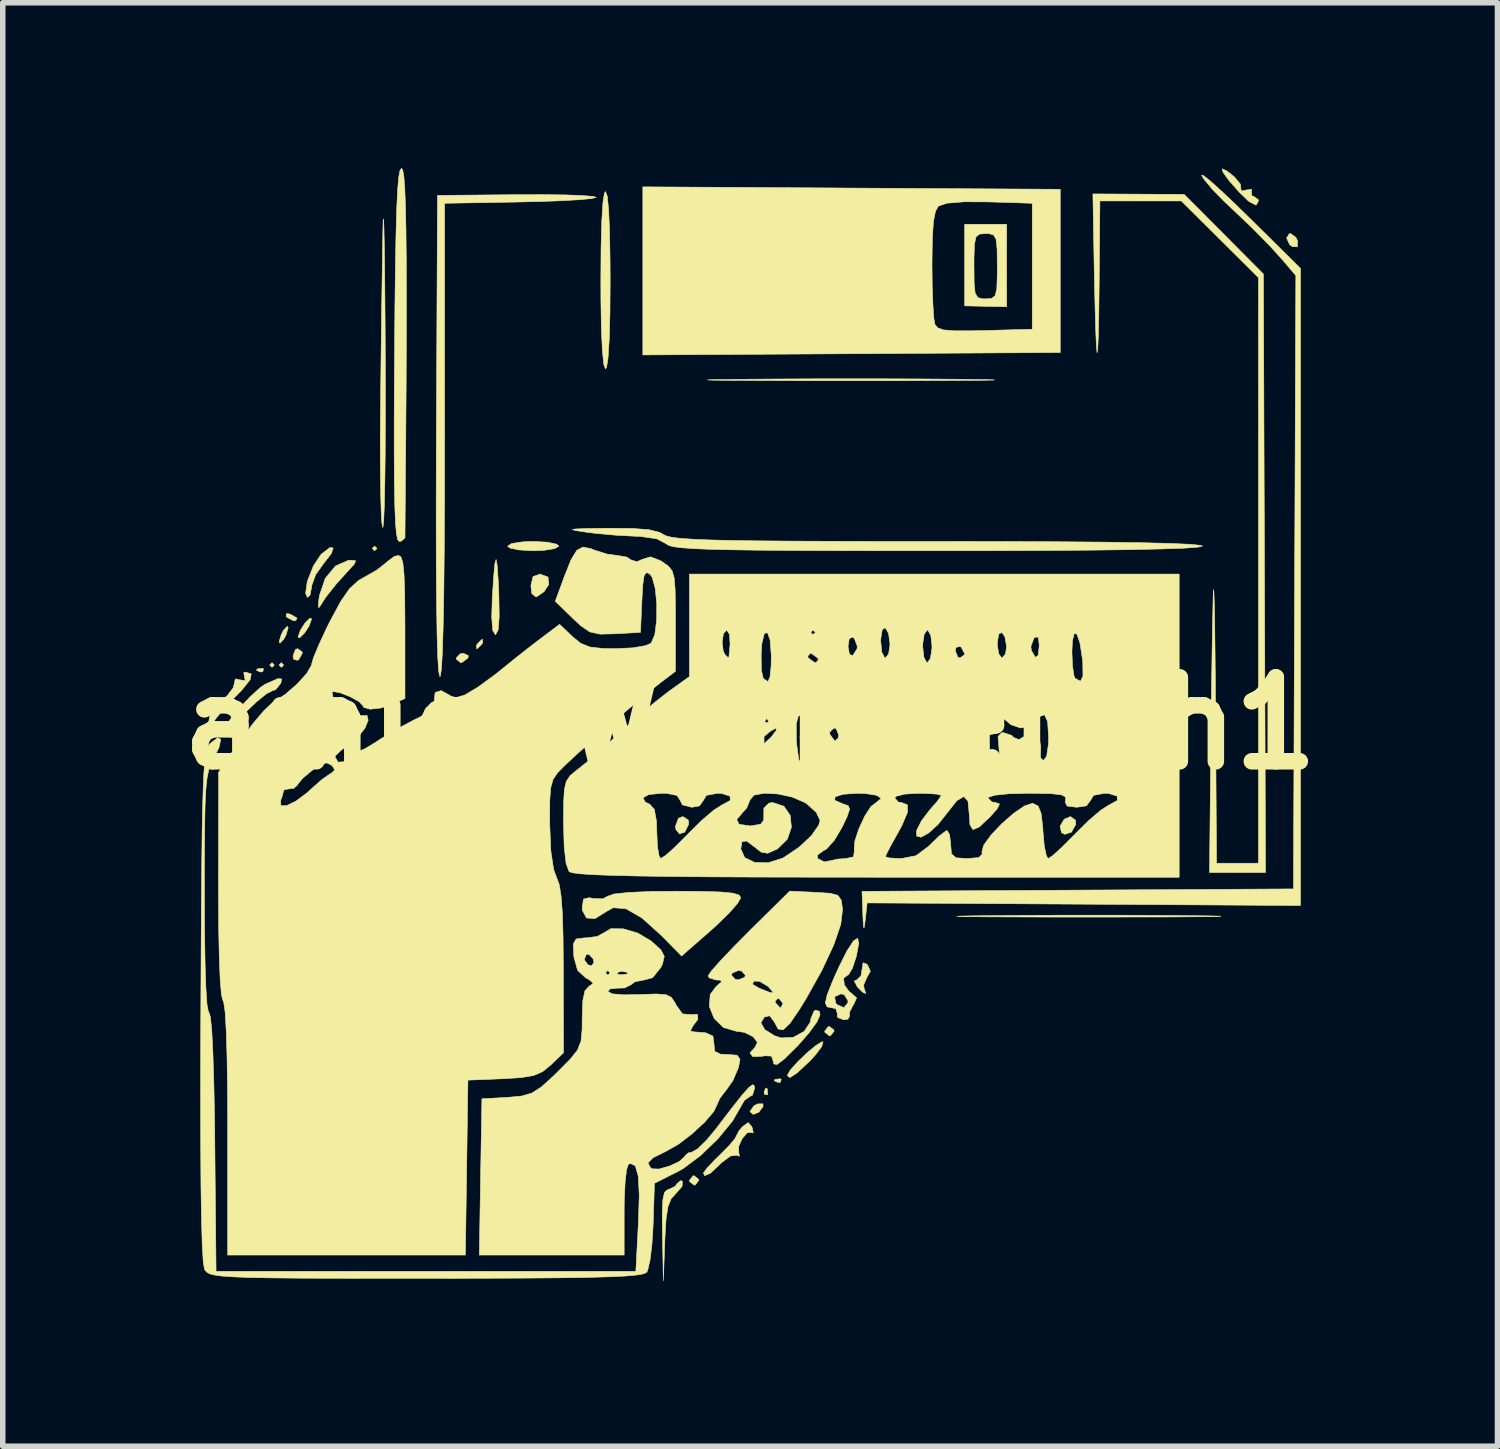
<source format=kicad_pcb>
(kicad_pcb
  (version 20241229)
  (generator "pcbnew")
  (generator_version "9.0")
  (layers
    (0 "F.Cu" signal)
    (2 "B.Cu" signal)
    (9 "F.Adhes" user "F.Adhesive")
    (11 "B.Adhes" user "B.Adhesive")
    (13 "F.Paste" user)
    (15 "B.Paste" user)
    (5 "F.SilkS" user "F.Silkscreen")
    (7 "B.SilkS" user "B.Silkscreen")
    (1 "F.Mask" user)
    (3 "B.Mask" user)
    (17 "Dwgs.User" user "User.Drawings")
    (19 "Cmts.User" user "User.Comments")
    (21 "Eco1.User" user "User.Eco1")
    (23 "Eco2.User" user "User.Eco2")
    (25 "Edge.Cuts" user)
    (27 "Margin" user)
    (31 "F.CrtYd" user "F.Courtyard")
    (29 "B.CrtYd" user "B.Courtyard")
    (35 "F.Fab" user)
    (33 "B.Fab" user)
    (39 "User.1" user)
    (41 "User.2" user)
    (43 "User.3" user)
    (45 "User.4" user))
  (footprint "amigaWorkBench1"
    (layer "F.Cu")
    (at 10.566 10.08)
    (property "Reference" "amigaWorkBench1" (at 0 0 0) (layer "F.SilkS") (effects (font (size 1.524 1.524) (thickness 0.3))))
    (attr exclude_from_pos_files exclude_from_bom)
    (fp_poly (pts (xy -8.636 -1.058) (xy -8.678 -1.016) (xy -8.721 -1.058) (xy -8.678 -1.101) (xy -8.636 -1.058)) (stroke (width 0.01) (type solid)) (fill yes) (layer "F.SilkS"))
    (fp_poly (pts (xy -8.467 -1.058) (xy -8.509 -1.016) (xy -8.551 -1.058) (xy -8.509 -1.101) (xy -8.467 -1.058)) (stroke (width 0.01) (type solid)) (fill yes) (layer "F.SilkS"))
    (fp_poly (pts (xy -6.773 -3.175) (xy -6.816 -3.133) (xy -6.858 -3.175) (xy -6.816 -3.217) (xy -6.773 -3.175)) (stroke (width 0.01) (type solid)) (fill yes) (layer "F.SilkS"))
    (fp_poly (pts (xy -8.834 -0.988) (xy -8.845 -0.937) (xy -8.89 -0.931) (xy -8.96 -0.962) (xy -8.946 -0.988) (xy -8.846 -0.998) (xy -8.834 -0.988)) (stroke (width 0.01) (type solid)) (fill yes) (layer "F.SilkS"))
    (fp_poly (pts (xy 0.31 6.632) (xy 0.321 6.733) (xy 0.31 6.745) (xy 0.26 6.733) (xy 0.254 6.689) (xy 0.285 6.619) (xy 0.31 6.632)) (stroke (width 0.01) (type solid)) (fill yes) (layer "F.SilkS"))
    (fp_poly (pts (xy 0.564 6.463) (xy 0.553 6.513) (xy 0.508 6.519) (xy 0.438 6.488) (xy 0.452 6.463) (xy 0.552 6.453) (xy 0.564 6.463)) (stroke (width 0.01) (type solid)) (fill yes) (layer "F.SilkS"))
    (fp_poly (pts (xy -8.344 -1.98) (xy -8.225 -1.911) (xy -8.245 -1.867) (xy -8.292 -1.863) (xy -8.407 -1.924) (xy -8.424 -1.946) (xy -8.41 -1.994) (xy -8.344 -1.98)) (stroke (width 0.01) (type solid)) (fill yes) (layer "F.SilkS"))
    (fp_poly (pts (xy -8.385 -1.736) (xy -8.427 -1.597) (xy -8.467 -1.524) (xy -8.534 -1.456) (xy -8.549 -1.482) (xy -8.507 -1.621) (xy -8.467 -1.693) (xy -8.4 -1.761) (xy -8.385 -1.736)) (stroke (width 0.01) (type solid)) (fill yes) (layer "F.SilkS"))
    (fp_poly (pts (xy -8.13 -1.294) (xy -8.128 -1.275) (xy -8.19 -1.16) (xy -8.213 -1.143) (xy -8.285 -1.162) (xy -8.297 -1.223) (xy -8.253 -1.339) (xy -8.213 -1.355) (xy -8.13 -1.294)) (stroke (width 0.01) (type solid)) (fill yes) (layer "F.SilkS"))
    (fp_poly (pts (xy -7.959 -1.895) (xy -8.005 -1.767) (xy -8.083 -1.646) (xy -8.175 -1.552) (xy -8.207 -1.566) (xy -8.16 -1.694) (xy -8.083 -1.815) (xy -7.991 -1.909) (xy -7.959 -1.895)) (stroke (width 0.01) (type solid)) (fill yes) (layer "F.SilkS"))
    (fp_poly (pts (xy -5.114 -1.229) (xy -5.122 -1.185) (xy -5.231 -1.104) (xy -5.254 -1.101) (xy -5.332 -1.165) (xy -5.334 -1.185) (xy -5.265 -1.26) (xy -5.202 -1.27) (xy -5.114 -1.229)) (stroke (width 0.01) (type solid)) (fill yes) (layer "F.SilkS"))
    (fp_poly (pts (xy -4.853 -1.469) (xy -4.868 -1.439) (xy -4.948 -1.358) (xy -4.963 -1.355) (xy -4.969 -1.409) (xy -4.953 -1.439) (xy -4.873 -1.52) (xy -4.858 -1.524) (xy -4.853 -1.469)) (stroke (width 0.01) (type solid)) (fill yes) (layer "F.SilkS"))
    (fp_poly (pts (xy -3.669 -2.655) (xy -3.653 -2.523) (xy -3.742 -2.388) (xy -3.884 -2.292) (xy -3.962 -2.354) (xy -3.979 -2.498) (xy -3.94 -2.664) (xy -3.81 -2.709) (xy -3.669 -2.655)) (stroke (width 0.01) (type solid)) (fill yes) (layer "F.SilkS"))
    (fp_poly (pts (xy -1.12 1.757) (xy -1.116 1.834) (xy -1.186 1.976) (xy -1.284 2.007) (xy -1.35 1.92) (xy -1.355 1.87) (xy -1.301 1.724) (xy -1.221 1.693) (xy -1.12 1.757)) (stroke (width 0.01) (type solid)) (fill yes) (layer "F.SilkS"))
    (fp_poly (pts (xy -0.934 8.277) (xy -0.931 8.297) (xy -0.996 8.38) (xy -1.016 8.382) (xy -1.098 8.318) (xy -1.101 8.297) (xy -1.036 8.215) (xy -1.016 8.213) (xy -0.934 8.277)) (stroke (width 0.01) (type solid)) (fill yes) (layer "F.SilkS"))
    (fp_poly (pts (xy 0.235 6.958) (xy 0.157 7.06) (xy 0.055 7.099) (xy 0.000215 7.05) (xy 0 7.043) (xy 0.068 6.946) (xy 0.134 6.909) (xy 0.233 6.907) (xy 0.235 6.958)) (stroke (width 0.01) (type solid)) (fill yes) (layer "F.SilkS"))
    (fp_poly (pts (xy 1.522 5.568) (xy 1.524 5.588) (xy 1.46 5.67) (xy 1.439 5.673) (xy 1.357 5.608) (xy 1.355 5.588) (xy 1.419 5.506) (xy 1.439 5.503) (xy 1.522 5.568)) (stroke (width 0.01) (type solid)) (fill yes) (layer "F.SilkS"))
    (fp_poly (pts (xy 5.908 1.759) (xy 5.912 1.834) (xy 5.833 1.976) (xy 5.711 2.015) (xy 5.652 1.983) (xy 5.628 1.864) (xy 5.703 1.741) (xy 5.815 1.693) (xy 5.908 1.759)) (stroke (width 0.01) (type solid)) (fill yes) (layer "F.SilkS"))
    (fp_poly (pts (xy 9.905 -8.823) (xy 9.937 -8.763) (xy 9.935 -8.65) (xy 9.843 -8.653) (xy 9.793 -8.692) (xy 9.739 -8.809) (xy 9.788 -8.887) (xy 9.812 -8.89) (xy 9.905 -8.823)) (stroke (width 0.01) (type solid)) (fill yes) (layer "F.SilkS"))
    (fp_poly (pts (xy -3.682 -3.288) (xy -3.513 -3.252) (xy -3.471 -3.217) (xy -3.548 -3.171) (xy -3.745 -3.14) (xy -3.937 -3.133) (xy -4.192 -3.147) (xy -4.361 -3.182) (xy -4.403 -3.217) (xy -4.326 -3.264) (xy -4.129 -3.294) (xy -3.937 -3.302) (xy -3.682 -3.288)) (stroke (width 0.01) (type solid)) (fill yes) (layer "F.SilkS"))
    (fp_poly (pts (xy -4.592 -2.874) (xy -4.573 -2.608) (xy -4.561 -2.349) (xy -4.554 -1.941) (xy -4.573 -1.696) (xy -4.619 -1.609) (xy -4.623 -1.608) (xy -4.672 -1.687) (xy -4.69 -1.924) (xy -4.68 -2.265) (xy -4.654 -2.67) (xy -4.632 -2.906) (xy -4.611 -2.974) (xy -4.592 -2.874)) (stroke (width 0.01) (type solid)) (fill yes) (layer "F.SilkS"))
    (fp_poly (pts (xy 1.324 5.783) (xy 1.301 5.867) (xy 1.182 6.024) (xy 1.078 6.136) (xy 0.853 6.346) (xy 0.723 6.431) (xy 0.678 6.396) (xy 0.677 6.388) (xy 0.732 6.293) (xy 0.866 6.143) (xy 1.035 5.981) (xy 1.197 5.847) (xy 1.306 5.781) (xy 1.324 5.783)) (stroke (width 0.01) (type solid)) (fill yes) (layer "F.SilkS"))
    (fp_poly (pts (xy -7.161 -2.952) (xy -7.181 -2.894) (xy -7.26 -2.809) (xy -7.505 -2.538) (xy -7.701 -2.292) (xy -7.814 -2.116) (xy -7.818 -2.108) (xy -7.838 -2.105) (xy -7.829 -2.237) (xy -7.816 -2.325) (xy -7.711 -2.633) (xy -7.524 -2.857) (xy -7.292 -2.959) (xy -7.26 -2.961) (xy -7.161 -2.952)) (stroke (width 0.01) (type solid)) (fill yes) (layer "F.SilkS"))
    (fp_poly (pts (xy 2.122 4.374) (xy 2.13 4.382) (xy 2.183 4.5) (xy 2.123 4.607) (xy 2.06 4.752) (xy 2.072 4.822) (xy 2.102 4.905) (xy 2.044 4.882) (xy 1.947 4.784) (xy 1.891 4.678) (xy 1.937 4.657) (xy 2.012 4.585) (xy 2.032 4.47) (xy 2.051 4.347) (xy 2.122 4.374)) (stroke (width 0.01) (type solid)) (fill yes) (layer "F.SilkS"))
    (fp_poly (pts (xy -7.567 -3.182) (xy -7.605 -3.077) (xy -7.738 -2.906) (xy -7.885 -2.7) (xy -7.957 -2.503) (xy -7.959 -2.477) (xy -7.988 -2.328) (xy -8.037 -2.286) (xy -8.068 -2.358) (xy -8.042 -2.549) (xy -8.028 -2.603) (xy -7.927 -2.857) (xy -7.793 -3.059) (xy -7.775 -3.078) (xy -7.626 -3.191) (xy -7.567 -3.182)) (stroke (width 0.01) (type solid)) (fill yes) (layer "F.SilkS"))
    (fp_poly (pts (xy -8.503 -0.805) (xy -8.518 -0.727) (xy -8.614 -0.61) (xy -8.67 -0.593) (xy -8.781 -0.536) (xy -8.96 -0.39) (xy -9.102 -0.254) (xy -9.331 -0.036) (xy -9.471 0.067) (xy -9.511 0.056) (xy -9.441 -0.066) (xy -9.261 -0.285) (xy -9.06 -0.496) (xy -8.887 -0.653) (xy -8.805 -0.708) (xy -8.624 -0.788) (xy -8.572 -0.811) (xy -8.503 -0.805)) (stroke (width 0.01) (type solid)) (fill yes) (layer "F.SilkS"))
    (fp_poly (pts (xy -1.227 8.316) (xy -1.235 8.407) (xy -1.341 8.528) (xy -1.432 8.628) (xy -1.49 8.771) (xy -1.525 8.996) (xy -1.546 9.345) (xy -1.548 9.398) (xy -1.574 10.118) (xy -1.591 9.292) (xy -1.595 8.901) (xy -1.584 8.651) (xy -1.554 8.516) (xy -1.503 8.468) (xy -1.489 8.467) (xy -1.356 8.403) (xy -1.331 8.361) (xy -1.26 8.3) (xy -1.227 8.316)) (stroke (width 0.01) (type solid)) (fill yes) (layer "F.SilkS"))
    (fp_poly (pts (xy 8.662 -10.022) (xy 8.791 -9.919) (xy 8.902 -9.785) (xy 8.91 -9.693) (xy 8.921 -9.661) (xy 9 -9.68) (xy 9.104 -9.693) (xy 9.101 -9.651) (xy 9.109 -9.574) (xy 9.139 -9.567) (xy 9.225 -9.506) (xy 9.229 -9.483) (xy 9.185 -9.406) (xy 9.055 -9.473) (xy 8.886 -9.635) (xy 8.689 -9.858) (xy 8.583 -10.007) (xy 8.572 -10.066) (xy 8.662 -10.022)) (stroke (width 0.01) (type solid)) (fill yes) (layer "F.SilkS"))
    (fp_poly (pts (xy -2.593 -9.569) (xy -2.568 -9.328) (xy -2.551 -8.938) (xy -2.542 -8.411) (xy -2.54 -8.043) (xy -2.544 -7.441) (xy -2.557 -6.969) (xy -2.578 -6.64) (xy -2.605 -6.463) (xy -2.625 -6.435) (xy -2.656 -6.518) (xy -2.681 -6.759) (xy -2.699 -7.149) (xy -2.708 -7.676) (xy -2.709 -8.043) (xy -2.705 -8.646) (xy -2.692 -9.117) (xy -2.672 -9.447) (xy -2.644 -9.623) (xy -2.625 -9.652) (xy -2.593 -9.569)) (stroke (width 0.01) (type solid)) (fill yes) (layer "F.SilkS"))
    (fp_poly (pts (xy 6.614 3.483) (xy 7.426 3.486) (xy 8.113 3.493) (xy 8.411 3.497) (xy 8.547 3.502) (xy 8.528 3.506) (xy 8.362 3.509) (xy 8.056 3.512) (xy 7.616 3.515) (xy 7.05 3.516) (xy 6.366 3.517) (xy 6.138 3.517) (xy 5.422 3.517) (xy 4.823 3.515) (xy 4.35 3.513) (xy 4.009 3.51) (xy 3.806 3.507) (xy 3.75 3.503) (xy 3.847 3.499) (xy 4.104 3.494) (xy 4.218 3.493) (xy 4.944 3.486) (xy 5.765 3.483) (xy 6.614 3.483)) (stroke (width 0.01) (type solid)) (fill yes) (layer "F.SilkS"))
    (fp_poly (pts (xy 3.082 -6.251) (xy 3.845 -6.245) (xy 3.964 -6.244) (xy 4.279 -6.24) (xy 4.431 -6.235) (xy 4.428 -6.231) (xy 4.277 -6.228) (xy 3.984 -6.225) (xy 3.556 -6.223) (xy 3.001 -6.221) (xy 2.325 -6.22) (xy 1.82 -6.22) (xy 1.071 -6.22) (xy 0.439 -6.222) (xy -0.068 -6.224) (xy -0.445 -6.226) (xy -0.683 -6.229) (xy -0.777 -6.233) (xy -0.719 -6.237) (xy -0.504 -6.241) (xy -0.269 -6.244) (xy 0.485 -6.25) (xy 1.337 -6.254) (xy 2.224 -6.254) (xy 3.082 -6.251)) (stroke (width 0.01) (type solid)) (fill yes) (layer "F.SilkS"))
    (fp_poly (pts (xy -9.055 -0.897) (xy -9.076 -0.79) (xy -9.23 -0.599) (xy -9.349 -0.479) (xy -9.554 -0.264) (xy -9.707 -0.074) (xy -9.763 0.021) (xy -9.858 0.146) (xy -9.925 0.168) (xy -9.986 0.149) (xy -9.919 0.094) (xy -9.826 -0.039) (xy -9.792 -0.192) (xy -9.763 -0.339) (xy -9.719 -0.37) (xy -9.619 -0.393) (xy -9.489 -0.504) (xy -9.383 -0.644) (xy -9.353 -0.756) (xy -9.357 -0.764) (xy -9.339 -0.807) (xy -9.262 -0.789) (xy -9.162 -0.775) (xy -9.177 -0.832) (xy -9.191 -0.921) (xy -9.163 -0.931) (xy -9.055 -0.897)) (stroke (width 0.01) (type solid)) (fill yes) (layer "F.SilkS"))
    (fp_poly (pts (xy 0.029 7.32) (xy 0.039 7.344) (xy 0.058 7.436) (xy 0.033 7.427) (xy -0.051 7.432) (xy -0.144 7.538) (xy -0.208 7.681) (xy -0.204 7.801) (xy -0.203 7.803) (xy -0.194 7.86) (xy -0.241 7.84) (xy -0.358 7.855) (xy -0.518 7.975) (xy -0.539 7.996) (xy -0.72 8.167) (xy -0.825 8.211) (xy -0.847 8.165) (xy -0.79 8.084) (xy -0.647 7.931) (xy -0.55 7.837) (xy -0.377 7.662) (xy -0.27 7.533) (xy -0.254 7.498) (xy -0.201 7.396) (xy -0.135 7.32) (xy -0.033 7.247) (xy 0.029 7.32)) (stroke (width 0.01) (type solid)) (fill yes) (layer "F.SilkS"))
    (fp_poly (pts (xy 8.35 -9.848) (xy 8.561 -9.658) (xy 8.838 -9.395) (xy 9.05 -9.188) (xy 9.991 -8.258) (xy 9.991 3.307) (xy 2.124 3.26) (xy 2.092 3.556) (xy 2.073 3.705) (xy 2.06 3.704) (xy 2.05 3.545) (xy 2.046 3.451) (xy 2.032 3.05) (xy 5.948 3.028) (xy 9.864 3.006) (xy 9.885 -2.561) (xy 9.907 -8.128) (xy 9.674 -8.402) (xy 9.424 -8.679) (xy 9.11 -8.997) (xy 8.703 -9.384) (xy 8.6 -9.48) (xy 8.397 -9.687) (xy 8.24 -9.877) (xy 8.196 -9.946) (xy 8.222 -9.949) (xy 8.35 -9.848)) (stroke (width 0.01) (type solid)) (fill yes) (layer "F.SilkS"))
    (fp_poly (pts (xy 4.657 -7.561) (xy 3.895 -7.578) (xy 3.895 -8.297) (xy 4.064 -8.297) (xy 4.067 -7.988) (xy 4.085 -7.81) (xy 4.132 -7.729) (xy 4.219 -7.706) (xy 4.276 -7.705) (xy 4.386 -7.713) (xy 4.45 -7.764) (xy 4.479 -7.894) (xy 4.487 -8.139) (xy 4.487 -8.297) (xy 4.484 -8.607) (xy 4.466 -8.784) (xy 4.42 -8.866) (xy 4.332 -8.889) (xy 4.276 -8.89) (xy 4.165 -8.881) (xy 4.102 -8.831) (xy 4.073 -8.701) (xy 4.064 -8.455) (xy 4.064 -8.297) (xy 3.895 -8.297) (xy 3.895 -9.059) (xy 4.657 -9.059) (xy 4.657 -7.561)) (stroke (width 0.01) (type solid)) (fill yes) (layer "F.SilkS"))
    (fp_poly (pts (xy -6.647 -9.014) (xy -6.641 -8.738) (xy -6.635 -8.335) (xy -6.63 -7.816) (xy -6.625 -7.191) (xy -6.623 -6.837) (xy -6.62 -6.11) (xy -6.621 -5.439) (xy -6.624 -4.843) (xy -6.631 -4.338) (xy -6.64 -3.944) (xy -6.651 -3.679) (xy -6.664 -3.56) (xy -6.668 -3.556) (xy -6.684 -3.637) (xy -6.697 -3.864) (xy -6.707 -4.216) (xy -6.712 -4.67) (xy -6.713 -5.202) (xy -6.709 -5.694) (xy -6.702 -6.36) (xy -6.694 -7.045) (xy -6.685 -7.706) (xy -6.676 -8.302) (xy -6.668 -8.79) (xy -6.665 -8.975) (xy -6.659 -9.143) (xy -6.653 -9.153) (xy -6.647 -9.014)) (stroke (width 0.01) (type solid)) (fill yes) (layer "F.SilkS"))
    (fp_poly (pts (xy -0.866 3.051) (xy -0.528 3.062) (xy -0.315 3.083) (xy -0.203 3.116) (xy -0.169 3.163) (xy -0.169 3.165) (xy -0.229 3.271) (xy -0.389 3.452) (xy -0.619 3.675) (xy -0.706 3.753) (xy -1.244 4.224) (xy -1.608 3.853) (xy -1.963 3.533) (xy -2.253 3.366) (xy -2.485 3.347) (xy -2.612 3.418) (xy -2.814 3.544) (xy -2.969 3.534) (xy -3.045 3.395) (xy -3.048 3.343) (xy -3.024 3.191) (xy -2.92 3.165) (xy -2.846 3.18) (xy -2.671 3.186) (xy -2.587 3.14) (xy -2.475 3.099) (xy -2.206 3.07) (xy -1.79 3.052) (xy -1.35 3.048) (xy -0.866 3.051)) (stroke (width 0.01) (type solid)) (fill yes) (layer "F.SilkS"))
    (fp_poly (pts (xy 1.841 -9.716) (xy 5.63 -9.694) (xy 5.63 -6.731) (xy 1.841 -6.709) (xy -1.947 -6.687) (xy -1.947 -8.338) (xy 3.302 -8.338) (xy 3.302 -8.336) (xy 3.306 -7.939) (xy 3.319 -7.597) (xy 3.336 -7.349) (xy 3.354 -7.243) (xy 3.403 -7.18) (xy 3.509 -7.142) (xy 3.705 -7.125) (xy 4.022 -7.125) (xy 4.265 -7.13) (xy 5.122 -7.154) (xy 5.122 -9.44) (xy 4.331 -9.465) (xy 3.881 -9.467) (xy 3.572 -9.441) (xy 3.42 -9.391) (xy 3.365 -9.296) (xy 3.328 -9.105) (xy 3.308 -8.794) (xy 3.302 -8.338) (xy -1.947 -8.338) (xy -1.947 -9.738) (xy 1.841 -9.716)) (stroke (width 0.01) (type solid)) (fill yes) (layer "F.SilkS"))
    (fp_poly (pts (xy -3.354 -9.592) (xy -3.04 -9.58) (xy -2.845 -9.564) (xy -2.794 -9.548) (xy -2.874 -9.526) (xy -3.095 -9.505) (xy -3.429 -9.486) (xy -3.849 -9.471) (xy -4.17 -9.464) (xy -5.546 -9.44) (xy -5.546 -5.143) (xy -5.547 -4.059) (xy -5.552 -3.127) (xy -5.56 -2.351) (xy -5.572 -1.733) (xy -5.586 -1.275) (xy -5.604 -0.981) (xy -5.624 -0.853) (xy -5.63 -0.847) (xy -5.651 -0.931) (xy -5.669 -1.183) (xy -5.682 -1.599) (xy -5.691 -2.18) (xy -5.697 -2.921) (xy -5.698 -3.822) (xy -5.696 -4.88) (xy -5.695 -5.215) (xy -5.674 -9.583) (xy -4.234 -9.596) (xy -3.762 -9.597) (xy -3.354 -9.592)) (stroke (width 0.01) (type solid)) (fill yes) (layer "F.SilkS"))
    (fp_poly (pts (xy -6.304 -10.037) (xy -6.284 -9.916) (xy -6.268 -9.704) (xy -6.256 -9.392) (xy -6.247 -8.972) (xy -6.241 -8.436) (xy -6.239 -7.775) (xy -6.24 -6.981) (xy -6.244 -6.045) (xy -6.252 -4.958) (xy -6.262 -3.713) (xy -6.265 -3.365) (xy -6.333 -3.306) (xy -6.371 -3.302) (xy -6.398 -3.336) (xy -6.42 -3.445) (xy -6.437 -3.642) (xy -6.449 -3.942) (xy -6.457 -4.355) (xy -6.46 -4.895) (xy -6.46 -5.575) (xy -6.456 -6.407) (xy -6.454 -6.689) (xy -6.447 -7.578) (xy -6.438 -8.31) (xy -6.427 -8.897) (xy -6.414 -9.35) (xy -6.398 -9.683) (xy -6.379 -9.907) (xy -6.356 -10.033) (xy -6.328 -10.075) (xy -6.327 -10.075) (xy -6.304 -10.037)) (stroke (width 0.01) (type solid)) (fill yes) (layer "F.SilkS"))
    (fp_poly (pts (xy 7.879 -9.601) (xy 8.599 -8.879) (xy 9.318 -8.156) (xy 9.356 2.709) (xy 8.34 2.709) (xy 8.362 0.572) (xy 8.369 -0.065) (xy 8.377 -0.691) (xy 8.386 -1.273) (xy 8.395 -1.775) (xy 8.403 -2.164) (xy 8.407 -2.328) (xy 8.414 -2.428) (xy 8.42 -2.372) (xy 8.427 -2.172) (xy 8.433 -1.843) (xy 8.439 -1.397) (xy 8.445 -0.847) (xy 8.449 -0.275) (xy 8.467 2.54) (xy 9.229 2.54) (xy 9.229 -8.089) (xy 8.528 -8.786) (xy 7.828 -9.483) (xy 6.35 -9.483) (xy 6.336 -7.938) (xy 6.329 -7.384) (xy 6.32 -6.998) (xy 6.31 -6.78) (xy 6.299 -6.727) (xy 6.287 -6.839) (xy 6.275 -7.114) (xy 6.262 -7.551) (xy 6.249 -8.15) (xy 6.246 -8.297) (xy 6.223 -9.61) (xy 7.879 -9.601)) (stroke (width 0.01) (type solid)) (fill yes) (layer "F.SilkS"))
    (fp_poly (pts (xy 1.973 3.992) (xy 1.929 4.228) (xy 1.928 4.233) (xy 1.858 4.444) (xy 1.788 4.562) (xy 1.768 4.572) (xy 1.696 4.628) (xy 1.712 4.751) (xy 1.801 4.873) (xy 1.838 4.898) (xy 1.933 4.985) (xy 1.882 5.099) (xy 1.873 5.11) (xy 1.802 5.248) (xy 1.807 5.312) (xy 1.776 5.37) (xy 1.697 5.382) (xy 1.586 5.337) (xy 1.585 5.274) (xy 1.556 5.181) (xy 1.491 5.165) (xy 1.398 5.147) (xy 1.366 5.077) (xy 1.392 4.962) (xy 1.534 4.962) (xy 1.555 5.079) (xy 1.58 5.108) (xy 1.704 5.162) (xy 1.775 5.074) (xy 1.778 5.038) (xy 1.71 4.925) (xy 1.651 4.911) (xy 1.534 4.962) (xy 1.392 4.962) (xy 1.399 4.928) (xy 1.502 4.671) (xy 1.603 4.443) (xy 1.758 4.133) (xy 1.877 3.95) (xy 1.952 3.901) (xy 1.973 3.992)) (stroke (width 0.01) (type solid)) (fill yes) (layer "F.SilkS"))
    (fp_poly (pts (xy -2.138 -3.538) (xy -1.834 -3.514) (xy -1.643 -3.466) (xy -1.571 -3.426) (xy -1.516 -3.399) (xy -1.417 -3.376) (xy -1.263 -3.357) (xy -1.041 -3.342) (xy -0.738 -3.329) (xy -0.34 -3.319) (xy 0.163 -3.312) (xy 0.787 -3.307) (xy 1.542 -3.304) (xy 2.442 -3.302) (xy 3.403 -3.302) (xy 4.559 -3.301) (xy 5.56 -3.296) (xy 6.405 -3.289) (xy 7.091 -3.279) (xy 7.617 -3.266) (xy 7.979 -3.25) (xy 8.175 -3.231) (xy 8.213 -3.217) (xy 8.128 -3.197) (xy 7.877 -3.179) (xy 7.461 -3.165) (xy 6.882 -3.152) (xy 6.143 -3.143) (xy 5.246 -3.137) (xy 4.193 -3.133) (xy 3.397 -3.133) (xy 2.358 -3.133) (xy 1.476 -3.135) (xy 0.738 -3.138) (xy 0.13 -3.143) (xy -0.358 -3.15) (xy -0.742 -3.159) (xy -1.032 -3.171) (xy -1.242 -3.187) (xy -1.385 -3.205) (xy -1.473 -3.228) (xy -1.519 -3.255) (xy -1.524 -3.26) (xy -1.692 -3.349) (xy -1.993 -3.393) (xy -2.064 -3.395) (xy -2.419 -3.413) (xy -2.811 -3.449) (xy -2.963 -3.468) (xy -3.156 -3.497) (xy -3.228 -3.516) (xy -3.169 -3.528) (xy -2.965 -3.536) (xy -2.605 -3.541) (xy -2.582 -3.541) (xy -2.138 -3.538)) (stroke (width 0.01) (type solid)) (fill yes) (layer "F.SilkS"))
    (fp_poly (pts (xy 1.185 3.068) (xy 1.452 3.085) (xy 1.593 3.123) (xy 1.654 3.209) (xy 1.678 3.37) (xy 1.678 3.378) (xy 1.647 3.647) (xy 1.518 4.024) (xy 1.303 4.485) (xy 1.012 5.006) (xy 0.901 5.186) (xy 0.723 5.447) (xy 0.599 5.565) (xy 0.509 5.549) (xy 0.441 5.422) (xy 0.356 5.309) (xy 0.259 5.331) (xy 0.196 5.437) (xy 0.268 5.562) (xy 0.447 5.673) (xy 0.564 5.711) (xy 0.785 5.7) (xy 0.983 5.591) (xy 1.094 5.422) (xy 1.101 5.368) (xy 1.158 5.23) (xy 1.185 5.207) (xy 1.257 5.227) (xy 1.27 5.293) (xy 1.214 5.419) (xy 1.068 5.621) (xy 0.862 5.856) (xy 0.848 5.869) (xy 0.622 6.093) (xy 0.488 6.194) (xy 0.43 6.183) (xy 0.425 6.15) (xy 0.39 6.041) (xy 0.26 6.035) (xy 0.212 6.046) (xy 0.049 6.05) (xy -0.002 5.983) (xy 0.089 5.882) (xy 0.089 5.882) (xy 0.133 5.791) (xy 0.056 5.689) (xy -0.103 5.61) (xy -0.255 5.588) (xy -0.484 5.522) (xy -0.653 5.356) (xy -0.74 5.14) (xy -0.733 5.047) (xy 0.452 5.047) (xy 0.466 5.08) (xy 0.542 5.161) (xy 0.555 5.165) (xy 0.592 5.099) (xy 0.593 5.08) (xy 0.528 4.999) (xy 0.503 4.995) (xy 0.452 5.047) (xy -0.733 5.047) (xy -0.724 4.922) (xy -0.614 4.775) (xy -0.567 4.735) (xy 0.041 4.735) (xy 0.169 4.811) (xy 0.363 4.887) (xy 0.421 4.889) (xy 0.359 4.811) (xy 0.323 4.774) (xy 0.17 4.682) (xy 0.072 4.68) (xy 0.041 4.735) (xy -0.567 4.735) (xy -0.512 4.688) (xy -0.548 4.662) (xy -0.614 4.659) (xy -0.74 4.622) (xy -0.762 4.584) (xy -0.754 4.572) (xy -0.339 4.572) (xy -0.27 4.647) (xy -0.212 4.657) (xy -0.099 4.611) (xy -0.085 4.572) (xy -0.153 4.497) (xy -0.212 4.487) (xy -0.324 4.533) (xy -0.339 4.572) (xy -0.754 4.572) (xy -0.705 4.499) (xy -0.55 4.323) (xy -0.319 4.079) (xy -0.037 3.794) (xy -0.021 3.778) (xy 0.72 3.046) (xy 1.185 3.068)) (stroke (width 0.01) (type solid)) (fill yes) (layer "F.SilkS"))
    (fp_poly (pts (xy -2.887 -3.17) (xy -2.835 -3.147) (xy -2.593 -3.071) (xy -2.414 -3.048) (xy -2.237 -3.017) (xy -2.16 -2.965) (xy -2.053 -2.933) (xy -1.958 -2.976) (xy -1.807 -3.022) (xy -1.628 -2.953) (xy -1.581 -2.923) (xy -1.481 -2.851) (xy -1.416 -2.769) (xy -1.378 -2.641) (xy -1.361 -2.434) (xy -1.355 -2.112) (xy -1.355 -1.859) (xy -1.355 -0.944) (xy -1.615 -0.747) (xy -1.842 -0.567) (xy -2.151 -0.308) (xy -2.502 -0.008) (xy -2.852 0.299) (xy -3.16 0.574) (xy -3.365 0.766) (xy -3.495 0.898) (xy -3.576 1.017) (xy -3.619 1.168) (xy -3.636 1.393) (xy -3.638 1.737) (xy -3.638 1.807) (xy -3.618 2.309) (xy -3.566 2.655) (xy -3.514 2.794) (xy -3.466 2.922) (xy -3.432 3.13) (xy -3.408 3.441) (xy -3.395 3.875) (xy -3.39 4.455) (xy -3.39 4.493) (xy -3.387 5.98) (xy -3.62 6.203) (xy -3.765 6.322) (xy -3.928 6.393) (xy -4.16 6.432) (xy -4.488 6.452) (xy -5.122 6.477) (xy -5.168 9.652) (xy -9.483 9.652) (xy -9.483 7.371) (xy -9.486 6.642) (xy -9.495 6.037) (xy -9.51 5.565) (xy -9.53 5.237) (xy -9.555 5.063) (xy -9.567 5.038) (xy -9.595 4.936) (xy -9.618 4.677) (xy -9.635 4.272) (xy -9.646 3.734) (xy -9.65 3.073) (xy -9.65 2.937) (xy -9.648 1.4) (xy -8.522 1.4) (xy -8.518 1.495) (xy -8.414 1.495) (xy -8.245 1.413) (xy -8.041 1.261) (xy -7.961 1.187) (xy -7.778 1.025) (xy -7.629 0.92) (xy -7.605 0.909) (xy -7.538 0.845) (xy -7.591 0.764) (xy -7.689 0.717) (xy -7.834 0.774) (xy -7.95 0.854) (xy -8.119 0.995) (xy -8.208 1.101) (xy -8.213 1.117) (xy -8.281 1.178) (xy -8.34 1.185) (xy -8.453 1.205) (xy -8.467 1.221) (xy -8.493 1.32) (xy -8.522 1.4) (xy -9.648 1.4) (xy -9.648 0.889) (xy -9.239 0.296) (xy -9.028 0.01) (xy -8.828 -0.226) (xy -8.674 -0.372) (xy -8.643 -0.392) (xy -8.434 -0.528) (xy -8.221 -0.714) (xy -8.049 -0.904) (xy -7.962 -1.053) (xy -7.959 -1.076) (xy -7.922 -1.199) (xy -7.826 -1.43) (xy -7.687 -1.728) (xy -7.625 -1.852) (xy -7.433 -2.21) (xy -7.271 -2.444) (xy -7.111 -2.591) (xy -7.002 -2.653) (xy -6.78 -2.779) (xy -6.618 -2.905) (xy -6.605 -2.919) (xy -6.461 -3.028) (xy -6.382 -3.048) (xy -6.336 -3.018) (xy -6.303 -2.912) (xy -6.282 -2.708) (xy -6.27 -2.386) (xy -6.266 -1.923) (xy -6.265 -1.749) (xy -6.265 -0.451) (xy -6.481 -0.352) (xy -6.703 -0.278) (xy -6.9 -0.256) (xy -7.016 -0.29) (xy -7.027 -0.318) (xy -7.096 -0.393) (xy -7.256 -0.481) (xy -7.437 -0.553) (xy -7.568 -0.577) (xy -7.588 -0.569) (xy -7.574 -0.482) (xy -7.464 -0.355) (xy -7.306 -0.229) (xy -7.152 -0.147) (xy -7.069 -0.139) (xy -6.954 -0.143) (xy -6.933 -0.055) (xy -6.991 0.088) (xy -7.116 0.247) (xy -7.238 0.349) (xy -7.421 0.486) (xy -7.526 0.588) (xy -7.535 0.609) (xy -7.479 0.705) (xy -7.358 0.696) (xy -7.281 0.634) (xy -7.16 0.528) (xy -7.105 0.508) (xy -6.998 0.464) (xy -6.81 0.353) (xy -6.714 0.289) (xy -6.417 0.107) (xy -6.096 -0.064) (xy -6.04 -0.09) (xy -5.819 -0.209) (xy -5.73 -0.316) (xy -5.732 -0.422) (xy -5.717 -0.559) (xy -5.608 -0.594) (xy -5.457 -0.512) (xy -5.446 -0.501) (xy -5.344 -0.465) (xy -5.181 -0.513) (xy -4.942 -0.655) (xy -4.61 -0.899) (xy -4.231 -1.205) (xy -4.085 -1.32) (xy -3.872 -1.485) (xy -3.779 -1.555) (xy -3.458 -1.797) (xy -3.227 -1.576) (xy -3.075 -1.452) (xy -2.908 -1.385) (xy -2.668 -1.358) (xy -2.446 -1.355) (xy -2.131 -1.37) (xy -1.894 -1.411) (xy -1.795 -1.456) (xy -1.73 -1.609) (xy -1.697 -1.864) (xy -1.694 -2.163) (xy -1.721 -2.445) (xy -1.777 -2.65) (xy -1.816 -2.706) (xy -1.882 -2.738) (xy -1.924 -2.68) (xy -1.949 -2.504) (xy -1.964 -2.23) (xy -1.99 -1.651) (xy -2.447 -1.625) (xy -2.725 -1.619) (xy -2.911 -1.66) (xy -3.08 -1.776) (xy -3.22 -1.908) (xy -3.536 -2.216) (xy -3.378 -2.647) (xy -3.253 -2.963) (xy -3.147 -3.139) (xy -3.033 -3.2) (xy -2.887 -3.17)) (stroke (width 0.01) (type solid)) (fill yes) (layer "F.SilkS"))
    (fp_poly (pts (xy -9.609 0.292) (xy -9.64 0.437) (xy -9.733 0.628) (xy -9.786 0.732) (xy -9.827 0.848) (xy -9.858 0.996) (xy -9.879 1.199) (xy -9.893 1.48) (xy -9.901 1.86) (xy -9.905 2.363) (xy -9.906 3.011) (xy -9.906 3.093) (xy -9.903 3.798) (xy -9.893 4.375) (xy -9.878 4.814) (xy -9.858 5.106) (xy -9.832 5.241) (xy -9.823 5.249) (xy -9.796 5.332) (xy -9.772 5.575) (xy -9.752 5.966) (xy -9.735 6.497) (xy -9.722 7.157) (xy -9.717 7.599) (xy -9.694 9.948) (xy -2.074 9.948) (xy -2.027 9.059) (xy -2.012 8.56) (xy -2.03 8.22) (xy -2.083 8.032) (xy -2.172 7.99) (xy -2.211 8.007) (xy -2.243 8.107) (xy -2.269 8.336) (xy -2.284 8.654) (xy -2.286 8.853) (xy -2.286 9.652) (xy -4.915 9.652) (xy -4.892 8.234) (xy -4.868 6.816) (xy -4.403 6.79) (xy -4.15 6.767) (xy -3.963 6.713) (xy -3.787 6.6) (xy -3.565 6.398) (xy -3.493 6.327) (xy -3.265 6.098) (xy -3.132 5.931) (xy -3.069 5.769) (xy -3.049 5.558) (xy -3.048 5.355) (xy -3.037 5.038) (xy -2.998 4.855) (xy -2.923 4.773) (xy -2.916 4.77) (xy -2.847 4.72) (xy -2.921 4.653) (xy -2.98 4.623) (xy -3.082 4.53) (xy -2.625 4.53) (xy -2.582 4.572) (xy -2.562 4.552) (xy -2.419 4.552) (xy -2.335 4.565) (xy -2.226 4.55) (xy -2.224 4.521) (xy -2.338 4.501) (xy -2.387 4.514) (xy -2.419 4.552) (xy -2.562 4.552) (xy -2.54 4.53) (xy -2.582 4.487) (xy -2.625 4.53) (xy -3.082 4.53) (xy -3.131 4.485) (xy -3.185 4.29) (xy -3.011 4.29) (xy -2.945 4.383) (xy -2.876 4.403) (xy -2.834 4.34) (xy -2.848 4.276) (xy -2.928 4.191) (xy -2.974 4.197) (xy -3.011 4.29) (xy -3.185 4.29) (xy -3.198 4.242) (xy -3.201 4.21) (xy -3.208 4.004) (xy -3.158 3.915) (xy -3.014 3.895) (xy -2.973 3.895) (xy -2.776 3.869) (xy -2.667 3.81) (xy -2.527 3.728) (xy -2.299 3.731) (xy -2.038 3.808) (xy -1.796 3.952) (xy -1.788 3.959) (xy -1.617 4.115) (xy -1.558 4.231) (xy -1.59 4.368) (xy -1.615 4.424) (xy -1.768 4.616) (xy -1.914 4.657) (xy -2.088 4.691) (xy -2.16 4.744) (xy -2.278 4.804) (xy -2.398 4.807) (xy -2.543 4.821) (xy -2.582 4.868) (xy -2.503 4.911) (xy -2.285 4.929) (xy -2.013 4.924) (xy -1.708 4.913) (xy -1.527 4.926) (xy -1.426 4.977) (xy -1.36 5.078) (xy -1.342 5.116) (xy -1.228 5.275) (xy -1.087 5.287) (xy -0.955 5.284) (xy -0.947 5.373) (xy -1.033 5.486) (xy -1.081 5.576) (xy -1.054 5.597) (xy -0.908 5.61) (xy -0.804 5.618) (xy -0.674 5.678) (xy -0.655 5.821) (xy -0.643 5.955) (xy -0.535 6.006) (xy -0.413 6.011) (xy -0.235 6.025) (xy -0.183 6.099) (xy -0.209 6.244) (xy -0.314 6.489) (xy -0.43 6.652) (xy -0.549 6.806) (xy -0.593 6.906) (xy -0.658 7.045) (xy -0.823 7.238) (xy -1.049 7.448) (xy -1.294 7.636) (xy -1.517 7.764) (xy -1.761 7.885) (xy -1.854 7.979) (xy -1.81 8.063) (xy -1.776 8.087) (xy -1.652 8.091) (xy -1.465 8.038) (xy -1.287 7.955) (xy -1.189 7.869) (xy -1.185 7.853) (xy -1.117 7.796) (xy -1.065 7.789) (xy -0.954 7.726) (xy -0.785 7.561) (xy -0.62 7.362) (xy -0.34 6.995) (xy -0.146 6.75) (xy -0.021 6.609) (xy 0.048 6.559) (xy 0.078 6.583) (xy 0.082 6.625) (xy 0.043 6.751) (xy -0.003 6.773) (xy -0.102 6.842) (xy -0.151 6.927) (xy -0.318 7.218) (xy -0.583 7.541) (xy -0.898 7.845) (xy -1.213 8.081) (xy -1.306 8.133) (xy -1.736 8.35) (xy -1.76 9.103) (xy -1.781 9.453) (xy -1.816 9.744) (xy -1.859 9.93) (xy -1.877 9.965) (xy -1.931 9.992) (xy -2.052 10.014) (xy -2.255 10.033) (xy -2.551 10.047) (xy -2.952 10.058) (xy -3.473 10.066) (xy -4.124 10.071) (xy -4.919 10.074) (xy -5.871 10.075) (xy -5.892 10.075) (xy -6.809 10.075) (xy -7.571 10.074) (xy -8.193 10.072) (xy -8.69 10.067) (xy -9.077 10.06) (xy -9.367 10.049) (xy -9.576 10.035) (xy -9.719 10.016) (xy -9.81 9.993) (xy -9.863 9.963) (xy -9.894 9.927) (xy -9.904 9.91) (xy -9.926 9.782) (xy -9.944 9.487) (xy -9.958 9.026) (xy -9.968 8.397) (xy -9.973 7.601) (xy -9.975 6.636) (xy -9.972 5.503) (xy -9.97 5.129) (xy -9.965 4.123) (xy -9.96 3.273) (xy -9.954 2.565) (xy -9.947 1.985) (xy -9.938 1.521) (xy -9.927 1.158) (xy -9.914 0.883) (xy -9.897 0.683) (xy -9.877 0.544) (xy -9.853 0.453) (xy -9.825 0.395) (xy -9.802 0.368) (xy -9.665 0.263) (xy -9.609 0.292)) (stroke (width 0.01) (type solid)) (fill yes) (layer "F.SilkS"))
    (fp_poly (pts (xy 7.789 2.794) (xy 2.303 2.794) (xy 1.134 2.793) (xy 0.126 2.791) (xy -0.732 2.787) (xy -1.448 2.78) (xy -2.031 2.772) (xy -2.492 2.761) (xy -2.838 2.748) (xy -3.08 2.732) (xy -3.226 2.713) (xy -3.285 2.692) (xy -3.339 2.548) (xy -3.374 2.254) (xy -3.387 1.829) (xy -3.387 1.81) (xy -3.385 1.442) (xy -3.38 1.351) (xy -1.943 1.351) (xy -1.907 1.427) (xy -1.82 1.47) (xy -1.739 1.561) (xy -1.7 1.773) (xy -1.693 1.987) (xy -1.681 2.243) (xy -1.651 2.413) (xy -1.621 2.455) (xy -1.532 2.398) (xy -1.363 2.246) (xy -1.148 2.031) (xy -1.114 1.996) (xy -0.878 1.763) (xy -0.86 1.747) (xy -0.243 1.747) (xy -0.2 1.833) (xy 0.003 1.863) (xy 0.004 1.863) (xy 0.192 1.832) (xy 0.248 1.757) (xy 0.25 1.54) (xy 0.343 1.448) (xy 0.413 1.439) (xy 0.614 1.505) (xy 0.728 1.67) (xy 0.75 1.886) (xy 0.676 2.104) (xy 0.501 2.276) (xy 0.493 2.281) (xy 0.319 2.359) (xy 0.2 2.338) (xy 0.105 2.262) (xy -0.062 2.137) (xy -0.148 2.149) (xy -0.169 2.279) (xy -0.098 2.438) (xy 0.083 2.525) (xy 0.329 2.531) (xy 0.592 2.447) (xy 0.615 2.434) (xy 0.678 2.392) (xy 1.22 2.392) (xy 1.228 2.455) (xy 1.346 2.515) (xy 1.412 2.503) (xy 1.597 2.464) (xy 1.735 2.455) (xy 1.878 2.424) (xy 1.879 2.422) (xy 2.455 2.422) (xy 2.53 2.444) (xy 2.712 2.455) (xy 2.744 2.455) (xy 3.013 2.403) (xy 3.253 2.223) (xy 3.273 2.201) (xy 3.438 2.042) (xy 3.556 1.954) (xy 3.577 1.947) (xy 3.622 2.021) (xy 3.641 2.198) (xy 3.641 2.201) (xy 3.656 2.37) (xy 3.738 2.441) (xy 3.935 2.455) (xy 3.946 2.455) (xy 4.152 2.437) (xy 4.215 2.374) (xy 4.207 2.339) (xy 4.239 2.215) (xy 4.371 2.032) (xy 4.564 1.827) (xy 4.781 1.637) (xy 4.981 1.5) (xy 5.126 1.452) (xy 5.133 1.453) (xy 5.228 1.502) (xy 5.282 1.631) (xy 5.312 1.88) (xy 5.317 1.969) (xy 5.341 2.231) (xy 5.379 2.407) (xy 5.411 2.455) (xy 5.498 2.398) (xy 5.665 2.246) (xy 5.879 2.031) (xy 5.914 1.996) (xy 6.149 1.763) (xy 6.362 1.581) (xy 6.51 1.485) (xy 6.518 1.482) (xy 6.668 1.4) (xy 6.662 1.321) (xy 6.512 1.274) (xy 6.435 1.27) (xy 6.233 1.308) (xy 6.181 1.397) (xy 6.105 1.498) (xy 5.929 1.524) (xy 5.755 1.502) (xy 5.718 1.426) (xy 5.727 1.397) (xy 5.726 1.335) (xy 5.647 1.297) (xy 5.462 1.277) (xy 5.143 1.27) (xy 5.047 1.27) (xy 4.693 1.279) (xy 4.442 1.305) (xy 4.324 1.343) (xy 4.318 1.355) (xy 4.388 1.427) (xy 4.461 1.439) (xy 4.528 1.465) (xy 4.483 1.556) (xy 4.36 1.693) (xy 4.162 1.881) (xy 4.045 1.93) (xy 3.991 1.839) (xy 3.979 1.656) (xy 3.955 1.412) (xy 3.88 1.329) (xy 3.752 1.405) (xy 3.583 1.62) (xy 3.41 1.838) (xy 3.24 1.992) (xy 3.102 2.067) (xy 3.023 2.047) (xy 3.024 1.943) (xy 3.11 1.772) (xy 3.259 1.575) (xy 3.269 1.564) (xy 3.404 1.409) (xy 3.47 1.314) (xy 3.471 1.308) (xy 3.395 1.286) (xy 3.2 1.273) (xy 3.048 1.27) (xy 2.807 1.285) (xy 2.653 1.324) (xy 2.625 1.355) (xy 2.693 1.43) (xy 2.752 1.439) (xy 2.856 1.48) (xy 2.858 1.613) (xy 2.757 1.853) (xy 2.666 2.019) (xy 2.545 2.237) (xy 2.469 2.386) (xy 2.455 2.422) (xy 1.879 2.422) (xy 1.893 2.308) (xy 1.89 2.297) (xy 1.901 2.139) (xy 1.973 1.918) (xy 2.079 1.689) (xy 2.193 1.511) (xy 2.288 1.439) (xy 2.368 1.375) (xy 2.371 1.355) (xy 2.295 1.306) (xy 2.1 1.276) (xy 1.947 1.27) (xy 1.687 1.288) (xy 1.544 1.334) (xy 1.536 1.396) (xy 1.678 1.46) (xy 1.689 1.463) (xy 1.782 1.496) (xy 1.807 1.56) (xy 1.76 1.696) (xy 1.668 1.89) (xy 1.53 2.122) (xy 1.388 2.281) (xy 1.325 2.317) (xy 1.22 2.392) (xy 0.678 2.392) (xy 0.888 2.25) (xy 1.112 2.041) (xy 1.247 1.848) (xy 1.27 1.761) (xy 1.203 1.619) (xy 1.037 1.466) (xy 0.995 1.438) (xy 0.766 1.339) (xy 0.503 1.282) (xy 0.255 1.269) (xy 0.071 1.304) (xy 0 1.387) (xy -0.06 1.535) (xy -0.127 1.609) (xy -0.243 1.747) (xy -0.86 1.747) (xy -0.665 1.581) (xy -0.517 1.485) (xy -0.509 1.482) (xy -0.359 1.4) (xy -0.365 1.321) (xy -0.515 1.274) (xy -0.593 1.27) (xy -0.794 1.308) (xy -0.847 1.397) (xy -0.92 1.499) (xy -1.058 1.524) (xy -1.229 1.48) (xy -1.27 1.397) (xy -1.326 1.309) (xy -1.511 1.272) (xy -1.609 1.27) (xy -1.838 1.293) (xy -1.943 1.351) (xy -3.38 1.351) (xy -3.371 1.203) (xy -3.336 1.053) (xy -3.267 0.951) (xy -3.155 0.856) (xy -3.122 0.832) (xy -2.932 0.679) (xy -2.671 0.452) (xy -2.582 0.371) (xy 0.133 0.371) (xy 0.137 0.423) (xy 0.14 0.423) (xy 0.257 0.366) (xy 0.381 0.254) (xy 0.473 0.132) (xy 0.475 0.085) (xy 0.377 0.137) (xy 0.234 0.254) (xy 0.133 0.371) (xy -2.582 0.371) (xy -2.39 0.197) (xy -2.339 0.15) (xy -2.186 0.012) (xy 0.838 0.012) (xy 0.84 0.283) (xy 0.846 0.381) (xy 0.882 0.649) (xy 0.932 0.758) (xy 0.985 0.715) (xy 1.028 0.528) (xy 1.048 0.258) (xy 1.046 0.212) (xy 1.439 0.212) (xy 1.485 0.324) (xy 1.524 0.339) (xy 1.567 0.299) (xy 2.16 0.299) (xy 2.231 0.409) (xy 2.312 0.423) (xy 2.382 0.347) (xy 2.405 0.2) (xy 3.005 0.2) (xy 3.103 0.359) (xy 3.249 0.422) (xy 3.298 0.399) (xy 3.28 0.385) (xy 3.657 0.385) (xy 3.677 0.383) (xy 3.783 0.309) (xy 3.844 0.23) (xy 3.845 0.229) (xy 4.345 0.229) (xy 4.347 0.544) (xy 4.385 0.706) (xy 4.465 0.731) (xy 4.49 0.718) (xy 4.529 0.61) (xy 4.516 0.42) (xy 4.501 0.238) (xy 4.565 0.172) (xy 4.599 0.169) (xy 4.749 0.219) (xy 4.786 0.258) (xy 4.881 0.296) (xy 4.959 0.249) (xy 5.129 0.178) (xy 5.248 0.25) (xy 5.275 0.434) (xy 5.271 0.459) (xy 5.27 0.626) (xy 5.324 0.677) (xy 5.383 0.599) (xy 5.415 0.385) (xy 5.419 0.254) (xy 5.401 -0.03) (xy 5.345 -0.154) (xy 5.245 -0.125) (xy 5.165 -0.042) (xy 5.003 0.066) (xy 4.911 0.085) (xy 4.733 0.024) (xy 4.657 -0.042) (xy 4.512 -0.161) (xy 4.411 -0.117) (xy 4.355 0.089) (xy 4.345 0.229) (xy 3.845 0.229) (xy 3.885 0.072) (xy 3.829 -0.015) (xy 3.754 -0.058) (xy 3.727 0.039) (xy 3.725 0.103) (xy 3.704 0.281) (xy 3.662 0.36) (xy 3.657 0.385) (xy 3.28 0.385) (xy 3.247 0.359) (xy 3.159 0.233) (xy 3.114 0.085) (xy 3.08 -0.053) (xy 3.04 -0.036) (xy 3.011 0.022) (xy 3.005 0.2) (xy 2.405 0.2) (xy 2.413 0.152) (xy 2.413 0.127) (xy 2.381 -0.088) (xy 2.308 -0.164) (xy 2.225 -0.092) (xy 2.177 0.063) (xy 2.16 0.299) (xy 1.567 0.299) (xy 1.599 0.27) (xy 1.609 0.212) (xy 1.563 0.099) (xy 1.524 0.085) (xy 1.449 0.153) (xy 1.439 0.212) (xy 1.046 0.212) (xy 1.037 -0.029) (xy 0.984 -0.159) (xy 0.953 -0.169) (xy 0.874 -0.129) (xy 0.838 0.012) (xy -2.186 0.012) (xy -2.041 -0.118) (xy -2.009 -0.145) (xy 0.183 -0.145) (xy 0.204 -0.098) (xy 0.289 -0.007) (xy 0.338 -0.026) (xy 0.339 -0.037) (xy 0.279 -0.109) (xy 0.241 -0.135) (xy 0.183 -0.145) (xy -2.009 -0.145) (xy -1.737 -0.376) (xy -1.485 -0.573) (xy -1.46 -0.591) (xy -1.101 -0.848) (xy -1.101 -1.469) (xy -0.507 -1.469) (xy -0.487 -1.309) (xy -0.452 -1.242) (xy -0.39 -1.186) (xy -0.388 -1.186) (xy -0.378 -1.259) (xy -0.378 -1.263) (xy 0.201 -1.263) (xy 0.204 -0.97) (xy 0.239 -0.814) (xy 0.315 -0.763) (xy 0.327 -0.762) (xy 0.361 -0.839) (xy 0.382 -1.036) (xy 0.385 -1.218) (xy 1.045 -1.218) (xy 1.058 -1.185) (xy 1.17 -1.104) (xy 1.195 -1.101) (xy 1.241 -1.153) (xy 1.228 -1.185) (xy 1.116 -1.267) (xy 1.091 -1.27) (xy 1.045 -1.218) (xy 0.385 -1.218) (xy 0.385 -1.228) (xy 0.372 -1.397) (xy 1.778 -1.397) (xy 1.804 -1.25) (xy 1.863 -1.228) (xy 1.941 -1.351) (xy 1.947 -1.397) (xy 1.913 -1.487) (xy 2.371 -1.487) (xy 2.392 -1.289) (xy 2.443 -1.188) (xy 2.455 -1.185) (xy 2.515 -1.259) (xy 2.535 -1.397) (xy 3.133 -1.397) (xy 3.154 -1.201) (xy 3.206 -1.103) (xy 3.217 -1.101) (xy 3.273 -1.175) (xy 3.295 -1.317) (xy 3.725 -1.317) (xy 3.77 -1.201) (xy 3.81 -1.185) (xy 3.892 -1.246) (xy 3.895 -1.265) (xy 3.833 -1.38) (xy 3.81 -1.397) (xy 3.738 -1.378) (xy 3.725 -1.317) (xy 3.295 -1.317) (xy 3.301 -1.358) (xy 3.302 -1.397) (xy 3.297 -1.444) (xy 4.487 -1.444) (xy 4.511 -1.264) (xy 4.57 -1.185) (xy 4.572 -1.185) (xy 4.636 -1.258) (xy 4.657 -1.392) (xy 4.657 -1.393) (xy 5.096 -1.393) (xy 5.108 -1.318) (xy 5.18 -1.196) (xy 5.231 -1.235) (xy 5.238 -1.301) (xy 5.842 -1.301) (xy 5.852 -1.045) (xy 5.879 -0.865) (xy 5.898 -0.818) (xy 5.997 -0.764) (xy 6.043 -0.857) (xy 6.039 -1.105) (xy 6.033 -1.164) (xy 5.988 -1.458) (xy 5.934 -1.617) (xy 5.885 -1.633) (xy 5.851 -1.498) (xy 5.842 -1.301) (xy 5.238 -1.301) (xy 5.249 -1.414) (xy 5.232 -1.564) (xy 5.173 -1.564) (xy 5.153 -1.547) (xy 5.096 -1.393) (xy 4.657 -1.393) (xy 4.625 -1.571) (xy 4.572 -1.651) (xy 4.512 -1.618) (xy 4.487 -1.453) (xy 4.487 -1.444) (xy 3.297 -1.444) (xy 3.281 -1.593) (xy 3.228 -1.691) (xy 3.217 -1.693) (xy 3.161 -1.619) (xy 3.133 -1.436) (xy 3.133 -1.397) (xy 2.535 -1.397) (xy 2.54 -1.434) (xy 2.514 -1.63) (xy 2.455 -1.736) (xy 2.398 -1.7) (xy 2.371 -1.527) (xy 2.371 -1.487) (xy 1.913 -1.487) (xy 1.894 -1.539) (xy 1.863 -1.566) (xy 1.8 -1.536) (xy 1.778 -1.397) (xy 0.372 -1.397) (xy 0.363 -1.514) (xy 0.314 -1.649) (xy 0.258 -1.629) (xy 0.214 -1.451) (xy 0.201 -1.263) (xy -0.378 -1.263) (xy -0.363 -1.437) (xy -0.363 -1.44) (xy -0.374 -1.617) (xy -0.397 -1.651) (xy 1.101 -1.651) (xy 1.143 -1.609) (xy 1.185 -1.651) (xy 1.143 -1.693) (xy 1.101 -1.651) (xy -0.397 -1.651) (xy -0.425 -1.693) (xy -0.427 -1.693) (xy -0.485 -1.624) (xy -0.507 -1.469) (xy -1.101 -1.469) (xy -1.101 -2.709) (xy 7.789 -2.709) (xy 7.789 2.794)) (stroke (width 0.01) (type solid)) (fill yes) (layer "F.SilkS")))
  (gr_rect
    (start -3 -3)
    (end 24.133 23.203)
    (stroke (width 0.1) (type default))
    (fill no)
    (layer "Edge.Cuts")))
</source>
